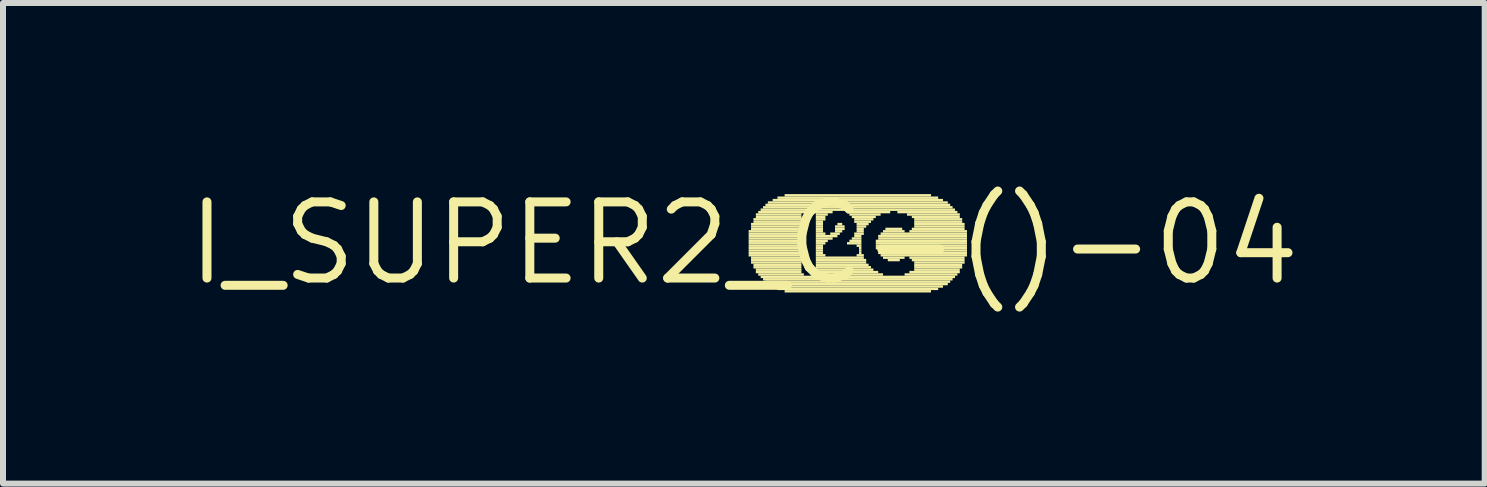
<source format=kicad_pcb>
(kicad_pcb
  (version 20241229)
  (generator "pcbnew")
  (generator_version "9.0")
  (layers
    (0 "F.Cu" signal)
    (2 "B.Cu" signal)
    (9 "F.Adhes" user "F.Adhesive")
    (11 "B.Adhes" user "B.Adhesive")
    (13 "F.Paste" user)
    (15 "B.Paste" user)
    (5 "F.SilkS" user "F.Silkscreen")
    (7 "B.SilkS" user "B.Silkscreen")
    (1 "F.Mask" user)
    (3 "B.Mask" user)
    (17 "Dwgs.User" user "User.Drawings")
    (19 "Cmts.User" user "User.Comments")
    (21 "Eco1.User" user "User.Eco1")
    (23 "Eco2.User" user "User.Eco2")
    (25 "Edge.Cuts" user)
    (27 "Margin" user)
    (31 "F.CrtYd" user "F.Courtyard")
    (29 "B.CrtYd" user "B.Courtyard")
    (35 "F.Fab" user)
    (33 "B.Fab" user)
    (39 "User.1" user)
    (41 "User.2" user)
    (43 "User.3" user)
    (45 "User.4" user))
  (footprint "I_SUPER2_C-()-04"
    (layer "F.Cu")
    (at 9.351 1.006)
    (property "Reference" "I_SUPER2_C-()-04" (at 0 0 0) (layer "F.SilkS") (effects (font (size 1.27 1.27) (thickness 0.15))))
    (attr through_hole)
    (fp_poly (pts (xy 0.08 -0.18) (xy 0.96 -0.18) (xy 0.96 -0.22) (xy 0.08 -0.22)) (stroke (width 0) (type solid)) (fill yes) (layer "F.SilkS"))
    (fp_poly (pts (xy 0.08 -0.14) (xy 0.96 -0.14) (xy 0.96 -0.18) (xy 0.08 -0.18)) (stroke (width 0) (type solid)) (fill yes) (layer "F.SilkS"))
    (fp_poly (pts (xy 0.08 -0.1) (xy 0.96 -0.1) (xy 0.96 -0.14) (xy 0.08 -0.14)) (stroke (width 0) (type solid)) (fill yes) (layer "F.SilkS"))
    (fp_poly (pts (xy 0.08 -0.06) (xy 0.96 -0.06) (xy 0.96 -0.1) (xy 0.08 -0.1)) (stroke (width 0) (type solid)) (fill yes) (layer "F.SilkS"))
    (fp_poly (pts (xy 0.08 -0.02) (xy 0.96 -0.02) (xy 0.96 -0.06) (xy 0.08 -0.06)) (stroke (width 0) (type solid)) (fill yes) (layer "F.SilkS"))
    (fp_poly (pts (xy 0.08 0.02) (xy 0.96 0.02) (xy 0.96 -0.02) (xy 0.08 -0.02)) (stroke (width 0) (type solid)) (fill yes) (layer "F.SilkS"))
    (fp_poly (pts (xy 0.08 0.06) (xy 0.96 0.06) (xy 0.96 0.02) (xy 0.08 0.02)) (stroke (width 0) (type solid)) (fill yes) (layer "F.SilkS"))
    (fp_poly (pts (xy 0.08 0.1) (xy 0.96 0.1) (xy 0.96 0.06) (xy 0.08 0.06)) (stroke (width 0) (type solid)) (fill yes) (layer "F.SilkS"))
    (fp_poly (pts (xy 0.08 0.14) (xy 0.96 0.14) (xy 0.96 0.1) (xy 0.08 0.1)) (stroke (width 0) (type solid)) (fill yes) (layer "F.SilkS"))
    (fp_poly (pts (xy 0.08 0.18) (xy 0.96 0.18) (xy 0.96 0.14) (xy 0.08 0.14)) (stroke (width 0) (type solid)) (fill yes) (layer "F.SilkS"))
    (fp_poly (pts (xy 0.08 0.22) (xy 0.96 0.22) (xy 0.96 0.18) (xy 0.08 0.18)) (stroke (width 0) (type solid)) (fill yes) (layer "F.SilkS"))
    (fp_poly (pts (xy 0.12 -0.3) (xy 0.96 -0.3) (xy 0.96 -0.34) (xy 0.12 -0.34)) (stroke (width 0) (type solid)) (fill yes) (layer "F.SilkS"))
    (fp_poly (pts (xy 0.12 -0.26) (xy 0.96 -0.26) (xy 0.96 -0.3) (xy 0.12 -0.3)) (stroke (width 0) (type solid)) (fill yes) (layer "F.SilkS"))
    (fp_poly (pts (xy 0.12 -0.22) (xy 0.96 -0.22) (xy 0.96 -0.26) (xy 0.12 -0.26)) (stroke (width 0) (type solid)) (fill yes) (layer "F.SilkS"))
    (fp_poly (pts (xy 0.12 0.26) (xy 0.96 0.26) (xy 0.96 0.22) (xy 0.12 0.22)) (stroke (width 0) (type solid)) (fill yes) (layer "F.SilkS"))
    (fp_poly (pts (xy 0.12 0.3) (xy 0.96 0.3) (xy 0.96 0.26) (xy 0.12 0.26)) (stroke (width 0) (type solid)) (fill yes) (layer "F.SilkS"))
    (fp_poly (pts (xy 0.12 0.34) (xy 0.96 0.34) (xy 0.96 0.3) (xy 0.12 0.3)) (stroke (width 0) (type solid)) (fill yes) (layer "F.SilkS"))
    (fp_poly (pts (xy 0.16 -0.38) (xy 0.96 -0.38) (xy 0.96 -0.42) (xy 0.16 -0.42)) (stroke (width 0) (type solid)) (fill yes) (layer "F.SilkS"))
    (fp_poly (pts (xy 0.16 -0.34) (xy 0.96 -0.34) (xy 0.96 -0.38) (xy 0.16 -0.38)) (stroke (width 0) (type solid)) (fill yes) (layer "F.SilkS"))
    (fp_poly (pts (xy 0.16 0.38) (xy 0.96 0.38) (xy 0.96 0.34) (xy 0.16 0.34)) (stroke (width 0) (type solid)) (fill yes) (layer "F.SilkS"))
    (fp_poly (pts (xy 0.16 0.42) (xy 0.96 0.42) (xy 0.96 0.38) (xy 0.16 0.38)) (stroke (width 0) (type solid)) (fill yes) (layer "F.SilkS"))
    (fp_poly (pts (xy 0.2 -0.46) (xy 0.96 -0.46) (xy 0.96 -0.5) (xy 0.2 -0.5)) (stroke (width 0) (type solid)) (fill yes) (layer "F.SilkS"))
    (fp_poly (pts (xy 0.2 -0.42) (xy 0.96 -0.42) (xy 0.96 -0.46) (xy 0.2 -0.46)) (stroke (width 0) (type solid)) (fill yes) (layer "F.SilkS"))
    (fp_poly (pts (xy 0.2 0.46) (xy 0.96 0.46) (xy 0.96 0.42) (xy 0.2 0.42)) (stroke (width 0) (type solid)) (fill yes) (layer "F.SilkS"))
    (fp_poly (pts (xy 0.2 0.5) (xy 0.96 0.5) (xy 0.96 0.46) (xy 0.2 0.46)) (stroke (width 0) (type solid)) (fill yes) (layer "F.SilkS"))
    (fp_poly (pts (xy 0.24 -0.5) (xy 1.48 -0.5) (xy 1.48 -0.54) (xy 0.24 -0.54)) (stroke (width 0) (type solid)) (fill yes) (layer "F.SilkS"))
    (fp_poly (pts (xy 0.24 0.54) (xy 1 0.54) (xy 1 0.5) (xy 0.24 0.5)) (stroke (width 0) (type solid)) (fill yes) (layer "F.SilkS"))
    (fp_poly (pts (xy 0.28 -0.54) (xy 3.52 -0.54) (xy 3.52 -0.58) (xy 0.28 -0.58)) (stroke (width 0) (type solid)) (fill yes) (layer "F.SilkS"))
    (fp_poly (pts (xy 0.28 0.58) (xy 3.52 0.58) (xy 3.52 0.54) (xy 0.28 0.54)) (stroke (width 0) (type solid)) (fill yes) (layer "F.SilkS"))
    (fp_poly (pts (xy 0.32 -0.58) (xy 3.48 -0.58) (xy 3.48 -0.62) (xy 0.32 -0.62)) (stroke (width 0) (type solid)) (fill yes) (layer "F.SilkS"))
    (fp_poly (pts (xy 0.32 0.62) (xy 3.48 0.62) (xy 3.48 0.58) (xy 0.32 0.58)) (stroke (width 0) (type solid)) (fill yes) (layer "F.SilkS"))
    (fp_poly (pts (xy 0.36 -0.62) (xy 3.44 -0.62) (xy 3.44 -0.66) (xy 0.36 -0.66)) (stroke (width 0) (type solid)) (fill yes) (layer "F.SilkS"))
    (fp_poly (pts (xy 0.36 0.66) (xy 3.44 0.66) (xy 3.44 0.62) (xy 0.36 0.62)) (stroke (width 0) (type solid)) (fill yes) (layer "F.SilkS"))
    (fp_poly (pts (xy 0.4 -0.66) (xy 3.4 -0.66) (xy 3.4 -0.7) (xy 0.4 -0.7)) (stroke (width 0) (type solid)) (fill yes) (layer "F.SilkS"))
    (fp_poly (pts (xy 0.4 0.7) (xy 3.4 0.7) (xy 3.4 0.66) (xy 0.4 0.66)) (stroke (width 0) (type solid)) (fill yes) (layer "F.SilkS"))
    (fp_poly (pts (xy 0.48 -0.7) (xy 3.32 -0.7) (xy 3.32 -0.74) (xy 0.48 -0.74)) (stroke (width 0) (type solid)) (fill yes) (layer "F.SilkS"))
    (fp_poly (pts (xy 0.48 0.74) (xy 3.32 0.74) (xy 3.32 0.7) (xy 0.48 0.7)) (stroke (width 0) (type solid)) (fill yes) (layer "F.SilkS"))
    (fp_poly (pts (xy 0.56 -0.74) (xy 3.24 -0.74) (xy 3.24 -0.78) (xy 0.56 -0.78)) (stroke (width 0) (type solid)) (fill yes) (layer "F.SilkS"))
    (fp_poly (pts (xy 0.56 0.78) (xy 3.24 0.78) (xy 3.24 0.74) (xy 0.56 0.74)) (stroke (width 0) (type solid)) (fill yes) (layer "F.SilkS"))
    (fp_poly (pts (xy 0.68 -0.78) (xy 3.12 -0.78) (xy 3.12 -0.82) (xy 0.68 -0.82)) (stroke (width 0) (type solid)) (fill yes) (layer "F.SilkS"))
    (fp_poly (pts (xy 0.68 0.82) (xy 3.12 0.82) (xy 3.12 0.78) (xy 0.68 0.78)) (stroke (width 0) (type solid)) (fill yes) (layer "F.SilkS"))
    (fp_poly (pts (xy 1.16 0.54) (xy 2.32 0.54) (xy 2.32 0.5) (xy 1.16 0.5)) (stroke (width 0) (type solid)) (fill yes) (layer "F.SilkS"))
    (fp_poly (pts (xy 1.2 -0.46) (xy 1.4 -0.46) (xy 1.4 -0.5) (xy 1.2 -0.5)) (stroke (width 0) (type solid)) (fill yes) (layer "F.SilkS"))
    (fp_poly (pts (xy 1.2 -0.42) (xy 1.36 -0.42) (xy 1.36 -0.46) (xy 1.2 -0.46)) (stroke (width 0) (type solid)) (fill yes) (layer "F.SilkS"))
    (fp_poly (pts (xy 1.2 -0.38) (xy 1.36 -0.38) (xy 1.36 -0.42) (xy 1.2 -0.42)) (stroke (width 0) (type solid)) (fill yes) (layer "F.SilkS"))
    (fp_poly (pts (xy 1.2 -0.34) (xy 1.32 -0.34) (xy 1.32 -0.38) (xy 1.2 -0.38)) (stroke (width 0) (type solid)) (fill yes) (layer "F.SilkS"))
    (fp_poly (pts (xy 1.2 -0.3) (xy 1.32 -0.3) (xy 1.32 -0.34) (xy 1.2 -0.34)) (stroke (width 0) (type solid)) (fill yes) (layer "F.SilkS"))
    (fp_poly (pts (xy 1.2 -0.26) (xy 1.32 -0.26) (xy 1.32 -0.3) (xy 1.2 -0.3)) (stroke (width 0) (type solid)) (fill yes) (layer "F.SilkS"))
    (fp_poly (pts (xy 1.2 -0.22) (xy 1.32 -0.22) (xy 1.32 -0.26) (xy 1.2 -0.26)) (stroke (width 0) (type solid)) (fill yes) (layer "F.SilkS"))
    (fp_poly (pts (xy 1.2 -0.18) (xy 1.32 -0.18) (xy 1.32 -0.22) (xy 1.2 -0.22)) (stroke (width 0) (type solid)) (fill yes) (layer "F.SilkS"))
    (fp_poly (pts (xy 1.2 -0.14) (xy 1.36 -0.14) (xy 1.36 -0.18) (xy 1.2 -0.18)) (stroke (width 0) (type solid)) (fill yes) (layer "F.SilkS"))
    (fp_poly (pts (xy 1.2 -0.1) (xy 1.56 -0.1) (xy 1.56 -0.14) (xy 1.2 -0.14)) (stroke (width 0) (type solid)) (fill yes) (layer "F.SilkS"))
    (fp_poly (pts (xy 1.2 -0.06) (xy 1.48 -0.06) (xy 1.48 -0.1) (xy 1.2 -0.1)) (stroke (width 0) (type solid)) (fill yes) (layer "F.SilkS"))
    (fp_poly (pts (xy 1.2 -0.02) (xy 1.4 -0.02) (xy 1.4 -0.06) (xy 1.2 -0.06)) (stroke (width 0) (type solid)) (fill yes) (layer "F.SilkS"))
    (fp_poly (pts (xy 1.2 0.02) (xy 1.36 0.02) (xy 1.36 -0.02) (xy 1.2 -0.02)) (stroke (width 0) (type solid)) (fill yes) (layer "F.SilkS"))
    (fp_poly (pts (xy 1.2 0.06) (xy 1.32 0.06) (xy 1.32 0.02) (xy 1.2 0.02)) (stroke (width 0) (type solid)) (fill yes) (layer "F.SilkS"))
    (fp_poly (pts (xy 1.2 0.1) (xy 1.32 0.1) (xy 1.32 0.06) (xy 1.2 0.06)) (stroke (width 0) (type solid)) (fill yes) (layer "F.SilkS"))
    (fp_poly (pts (xy 1.2 0.14) (xy 1.32 0.14) (xy 1.32 0.1) (xy 1.2 0.1)) (stroke (width 0) (type solid)) (fill yes) (layer "F.SilkS"))
    (fp_poly (pts (xy 1.2 0.18) (xy 1.32 0.18) (xy 1.32 0.14) (xy 1.2 0.14)) (stroke (width 0) (type solid)) (fill yes) (layer "F.SilkS"))
    (fp_poly (pts (xy 1.2 0.22) (xy 1.36 0.22) (xy 1.36 0.18) (xy 1.2 0.18)) (stroke (width 0) (type solid)) (fill yes) (layer "F.SilkS"))
    (fp_poly (pts (xy 1.2 0.26) (xy 2 0.26) (xy 2 0.22) (xy 1.2 0.22)) (stroke (width 0) (type solid)) (fill yes) (layer "F.SilkS"))
    (fp_poly (pts (xy 1.2 0.3) (xy 2.04 0.3) (xy 2.04 0.26) (xy 1.2 0.26)) (stroke (width 0) (type solid)) (fill yes) (layer "F.SilkS"))
    (fp_poly (pts (xy 1.2 0.34) (xy 2.04 0.34) (xy 2.04 0.3) (xy 1.2 0.3)) (stroke (width 0) (type solid)) (fill yes) (layer "F.SilkS"))
    (fp_poly (pts (xy 1.2 0.38) (xy 2.08 0.38) (xy 2.08 0.34) (xy 1.2 0.34)) (stroke (width 0) (type solid)) (fill yes) (layer "F.SilkS"))
    (fp_poly (pts (xy 1.2 0.42) (xy 2.12 0.42) (xy 2.12 0.38) (xy 1.2 0.38)) (stroke (width 0) (type solid)) (fill yes) (layer "F.SilkS"))
    (fp_poly (pts (xy 1.2 0.46) (xy 2.16 0.46) (xy 2.16 0.42) (xy 1.2 0.42)) (stroke (width 0) (type solid)) (fill yes) (layer "F.SilkS"))
    (fp_poly (pts (xy 1.2 0.5) (xy 2.24 0.5) (xy 2.24 0.46) (xy 1.2 0.46)) (stroke (width 0) (type solid)) (fill yes) (layer "F.SilkS"))
    (fp_poly (pts (xy 1.44 -0.14) (xy 1.6 -0.14) (xy 1.6 -0.18) (xy 1.44 -0.18)) (stroke (width 0) (type solid)) (fill yes) (layer "F.SilkS"))
    (fp_poly (pts (xy 1.52 -0.26) (xy 1.68 -0.26) (xy 1.68 -0.3) (xy 1.52 -0.3)) (stroke (width 0) (type solid)) (fill yes) (layer "F.SilkS"))
    (fp_poly (pts (xy 1.52 -0.22) (xy 1.68 -0.22) (xy 1.68 -0.26) (xy 1.52 -0.26)) (stroke (width 0) (type solid)) (fill yes) (layer "F.SilkS"))
    (fp_poly (pts (xy 1.52 -0.18) (xy 1.64 -0.18) (xy 1.64 -0.22) (xy 1.52 -0.22)) (stroke (width 0) (type solid)) (fill yes) (layer "F.SilkS"))
    (fp_poly (pts (xy 1.56 -0.3) (xy 1.64 -0.3) (xy 1.64 -0.34) (xy 1.56 -0.34)) (stroke (width 0) (type solid)) (fill yes) (layer "F.SilkS"))
    (fp_poly (pts (xy 1.72 -0.5) (xy 2.44 -0.5) (xy 2.44 -0.54) (xy 1.72 -0.54)) (stroke (width 0) (type solid)) (fill yes) (layer "F.SilkS"))
    (fp_poly (pts (xy 1.72 0.02) (xy 1.96 0.02) (xy 1.96 -0.02) (xy 1.72 -0.02)) (stroke (width 0) (type solid)) (fill yes) (layer "F.SilkS"))
    (fp_poly (pts (xy 1.76 -0.46) (xy 2.28 -0.46) (xy 2.28 -0.5) (xy 1.76 -0.5)) (stroke (width 0) (type solid)) (fill yes) (layer "F.SilkS"))
    (fp_poly (pts (xy 1.76 -0.02) (xy 1.96 -0.02) (xy 1.96 -0.06) (xy 1.76 -0.06)) (stroke (width 0) (type solid)) (fill yes) (layer "F.SilkS"))
    (fp_poly (pts (xy 1.8 -0.42) (xy 2.2 -0.42) (xy 2.2 -0.46) (xy 1.8 -0.46)) (stroke (width 0) (type solid)) (fill yes) (layer "F.SilkS"))
    (fp_poly (pts (xy 1.8 -0.06) (xy 1.96 -0.06) (xy 1.96 -0.1) (xy 1.8 -0.1)) (stroke (width 0) (type solid)) (fill yes) (layer "F.SilkS"))
    (fp_poly (pts (xy 1.84 -0.38) (xy 2.16 -0.38) (xy 2.16 -0.42) (xy 1.84 -0.42)) (stroke (width 0) (type solid)) (fill yes) (layer "F.SilkS"))
    (fp_poly (pts (xy 1.84 -0.34) (xy 2.12 -0.34) (xy 2.12 -0.38) (xy 1.84 -0.38)) (stroke (width 0) (type solid)) (fill yes) (layer "F.SilkS"))
    (fp_poly (pts (xy 1.84 -0.14) (xy 2 -0.14) (xy 2 -0.18) (xy 1.84 -0.18)) (stroke (width 0) (type solid)) (fill yes) (layer "F.SilkS"))
    (fp_poly (pts (xy 1.84 -0.1) (xy 1.96 -0.1) (xy 1.96 -0.14) (xy 1.84 -0.14)) (stroke (width 0) (type solid)) (fill yes) (layer "F.SilkS"))
    (fp_poly (pts (xy 1.88 -0.3) (xy 2.08 -0.3) (xy 2.08 -0.34) (xy 1.88 -0.34)) (stroke (width 0) (type solid)) (fill yes) (layer "F.SilkS"))
    (fp_poly (pts (xy 1.88 -0.26) (xy 2.04 -0.26) (xy 2.04 -0.3) (xy 1.88 -0.3)) (stroke (width 0) (type solid)) (fill yes) (layer "F.SilkS"))
    (fp_poly (pts (xy 1.88 -0.22) (xy 2 -0.22) (xy 2 -0.26) (xy 1.88 -0.26)) (stroke (width 0) (type solid)) (fill yes) (layer "F.SilkS"))
    (fp_poly (pts (xy 1.88 -0.18) (xy 2 -0.18) (xy 2 -0.22) (xy 1.88 -0.22)) (stroke (width 0) (type solid)) (fill yes) (layer "F.SilkS"))
    (fp_poly (pts (xy 1.88 0.06) (xy 1.96 0.06) (xy 1.96 0.02) (xy 1.88 0.02)) (stroke (width 0) (type solid)) (fill yes) (layer "F.SilkS"))
    (fp_poly (pts (xy 1.88 0.22) (xy 2 0.22) (xy 2 0.18) (xy 1.88 0.18)) (stroke (width 0) (type solid)) (fill yes) (layer "F.SilkS"))
    (fp_poly (pts (xy 1.92 0.1) (xy 1.96 0.1) (xy 1.96 0.06) (xy 1.92 0.06)) (stroke (width 0) (type solid)) (fill yes) (layer "F.SilkS"))
    (fp_poly (pts (xy 1.92 0.14) (xy 1.96 0.14) (xy 1.96 0.1) (xy 1.92 0.1)) (stroke (width 0) (type solid)) (fill yes) (layer "F.SilkS"))
    (fp_poly (pts (xy 1.92 0.18) (xy 1.96 0.18) (xy 1.96 0.14) (xy 1.92 0.14)) (stroke (width 0) (type solid)) (fill yes) (layer "F.SilkS"))
    (fp_poly (pts (xy 2.2 -0.02) (xy 3.72 -0.02) (xy 3.72 -0.06) (xy 2.2 -0.06)) (stroke (width 0) (type solid)) (fill yes) (layer "F.SilkS"))
    (fp_poly (pts (xy 2.2 0.02) (xy 3.72 0.02) (xy 3.72 -0.02) (xy 2.2 -0.02)) (stroke (width 0) (type solid)) (fill yes) (layer "F.SilkS"))
    (fp_poly (pts (xy 2.2 0.06) (xy 3.72 0.06) (xy 3.72 0.02) (xy 2.2 0.02)) (stroke (width 0) (type solid)) (fill yes) (layer "F.SilkS"))
    (fp_poly (pts (xy 2.2 0.1) (xy 3.72 0.1) (xy 3.72 0.06) (xy 2.2 0.06)) (stroke (width 0) (type solid)) (fill yes) (layer "F.SilkS"))
    (fp_poly (pts (xy 2.24 -0.1) (xy 3.72 -0.1) (xy 3.72 -0.14) (xy 2.24 -0.14)) (stroke (width 0) (type solid)) (fill yes) (layer "F.SilkS"))
    (fp_poly (pts (xy 2.24 -0.06) (xy 3.72 -0.06) (xy 3.72 -0.1) (xy 2.24 -0.1)) (stroke (width 0) (type solid)) (fill yes) (layer "F.SilkS"))
    (fp_poly (pts (xy 2.24 0.14) (xy 3.72 0.14) (xy 3.72 0.1) (xy 2.24 0.1)) (stroke (width 0) (type solid)) (fill yes) (layer "F.SilkS"))
    (fp_poly (pts (xy 2.24 0.18) (xy 3.72 0.18) (xy 3.72 0.14) (xy 2.24 0.14)) (stroke (width 0) (type solid)) (fill yes) (layer "F.SilkS"))
    (fp_poly (pts (xy 2.28 -0.14) (xy 3.72 -0.14) (xy 3.72 -0.18) (xy 2.28 -0.18)) (stroke (width 0) (type solid)) (fill yes) (layer "F.SilkS"))
    (fp_poly (pts (xy 2.28 0.22) (xy 3.72 0.22) (xy 3.72 0.18) (xy 2.28 0.18)) (stroke (width 0) (type solid)) (fill yes) (layer "F.SilkS"))
    (fp_poly (pts (xy 2.32 -0.18) (xy 2.68 -0.18) (xy 2.68 -0.22) (xy 2.32 -0.22)) (stroke (width 0) (type solid)) (fill yes) (layer "F.SilkS"))
    (fp_poly (pts (xy 2.32 0.26) (xy 2.68 0.26) (xy 2.68 0.22) (xy 2.32 0.22)) (stroke (width 0) (type solid)) (fill yes) (layer "F.SilkS"))
    (fp_poly (pts (xy 2.36 -0.22) (xy 2.64 -0.22) (xy 2.64 -0.26) (xy 2.36 -0.26)) (stroke (width 0) (type solid)) (fill yes) (layer "F.SilkS"))
    (fp_poly (pts (xy 2.4 0.3) (xy 2.6 0.3) (xy 2.6 0.26) (xy 2.4 0.26)) (stroke (width 0) (type solid)) (fill yes) (layer "F.SilkS"))
    (fp_poly (pts (xy 2.56 -0.5) (xy 3.56 -0.5) (xy 3.56 -0.54) (xy 2.56 -0.54)) (stroke (width 0) (type solid)) (fill yes) (layer "F.SilkS"))
    (fp_poly (pts (xy 2.68 0.54) (xy 3.56 0.54) (xy 3.56 0.5) (xy 2.68 0.5)) (stroke (width 0) (type solid)) (fill yes) (layer "F.SilkS"))
    (fp_poly (pts (xy 2.72 -0.46) (xy 3.6 -0.46) (xy 3.6 -0.5) (xy 2.72 -0.5)) (stroke (width 0) (type solid)) (fill yes) (layer "F.SilkS"))
    (fp_poly (pts (xy 2.76 -0.18) (xy 3.72 -0.18) (xy 3.72 -0.22) (xy 2.76 -0.22)) (stroke (width 0) (type solid)) (fill yes) (layer "F.SilkS"))
    (fp_poly (pts (xy 2.76 0.26) (xy 3.68 0.26) (xy 3.68 0.22) (xy 2.76 0.22)) (stroke (width 0) (type solid)) (fill yes) (layer "F.SilkS"))
    (fp_poly (pts (xy 2.76 0.5) (xy 3.6 0.5) (xy 3.6 0.46) (xy 2.76 0.46)) (stroke (width 0) (type solid)) (fill yes) (layer "F.SilkS"))
    (fp_poly (pts (xy 2.8 -0.42) (xy 3.6 -0.42) (xy 3.6 -0.46) (xy 2.8 -0.46)) (stroke (width 0) (type solid)) (fill yes) (layer "F.SilkS"))
    (fp_poly (pts (xy 2.8 -0.22) (xy 3.68 -0.22) (xy 3.68 -0.26) (xy 2.8 -0.26)) (stroke (width 0) (type solid)) (fill yes) (layer "F.SilkS"))
    (fp_poly (pts (xy 2.8 0.3) (xy 3.68 0.3) (xy 3.68 0.26) (xy 2.8 0.26)) (stroke (width 0) (type solid)) (fill yes) (layer "F.SilkS"))
    (fp_poly (pts (xy 2.84 -0.38) (xy 3.64 -0.38) (xy 3.64 -0.42) (xy 2.84 -0.42)) (stroke (width 0) (type solid)) (fill yes) (layer "F.SilkS"))
    (fp_poly (pts (xy 2.84 -0.34) (xy 3.64 -0.34) (xy 3.64 -0.38) (xy 2.84 -0.38)) (stroke (width 0) (type solid)) (fill yes) (layer "F.SilkS"))
    (fp_poly (pts (xy 2.84 -0.3) (xy 3.68 -0.3) (xy 3.68 -0.34) (xy 2.84 -0.34)) (stroke (width 0) (type solid)) (fill yes) (layer "F.SilkS"))
    (fp_poly (pts (xy 2.84 -0.26) (xy 3.68 -0.26) (xy 3.68 -0.3) (xy 2.84 -0.3)) (stroke (width 0) (type solid)) (fill yes) (layer "F.SilkS"))
    (fp_poly (pts (xy 2.84 0.34) (xy 3.68 0.34) (xy 3.68 0.3) (xy 2.84 0.3)) (stroke (width 0) (type solid)) (fill yes) (layer "F.SilkS"))
    (fp_poly (pts (xy 2.84 0.38) (xy 3.64 0.38) (xy 3.64 0.34) (xy 2.84 0.34)) (stroke (width 0) (type solid)) (fill yes) (layer "F.SilkS"))
    (fp_poly (pts (xy 2.84 0.42) (xy 3.64 0.42) (xy 3.64 0.38) (xy 2.84 0.38)) (stroke (width 0) (type solid)) (fill yes) (layer "F.SilkS"))
    (fp_poly (pts (xy 2.84 0.46) (xy 3.6 0.46) (xy 3.6 0.42) (xy 2.84 0.42)) (stroke (width 0) (type solid)) (fill yes) (layer "F.SilkS")))
  (gr_rect
    (start -3 -3)
    (end 21.702 5.012)
    (stroke (width 0.1) (type default))
    (fill no)
    (layer "Edge.Cuts")))
</source>
